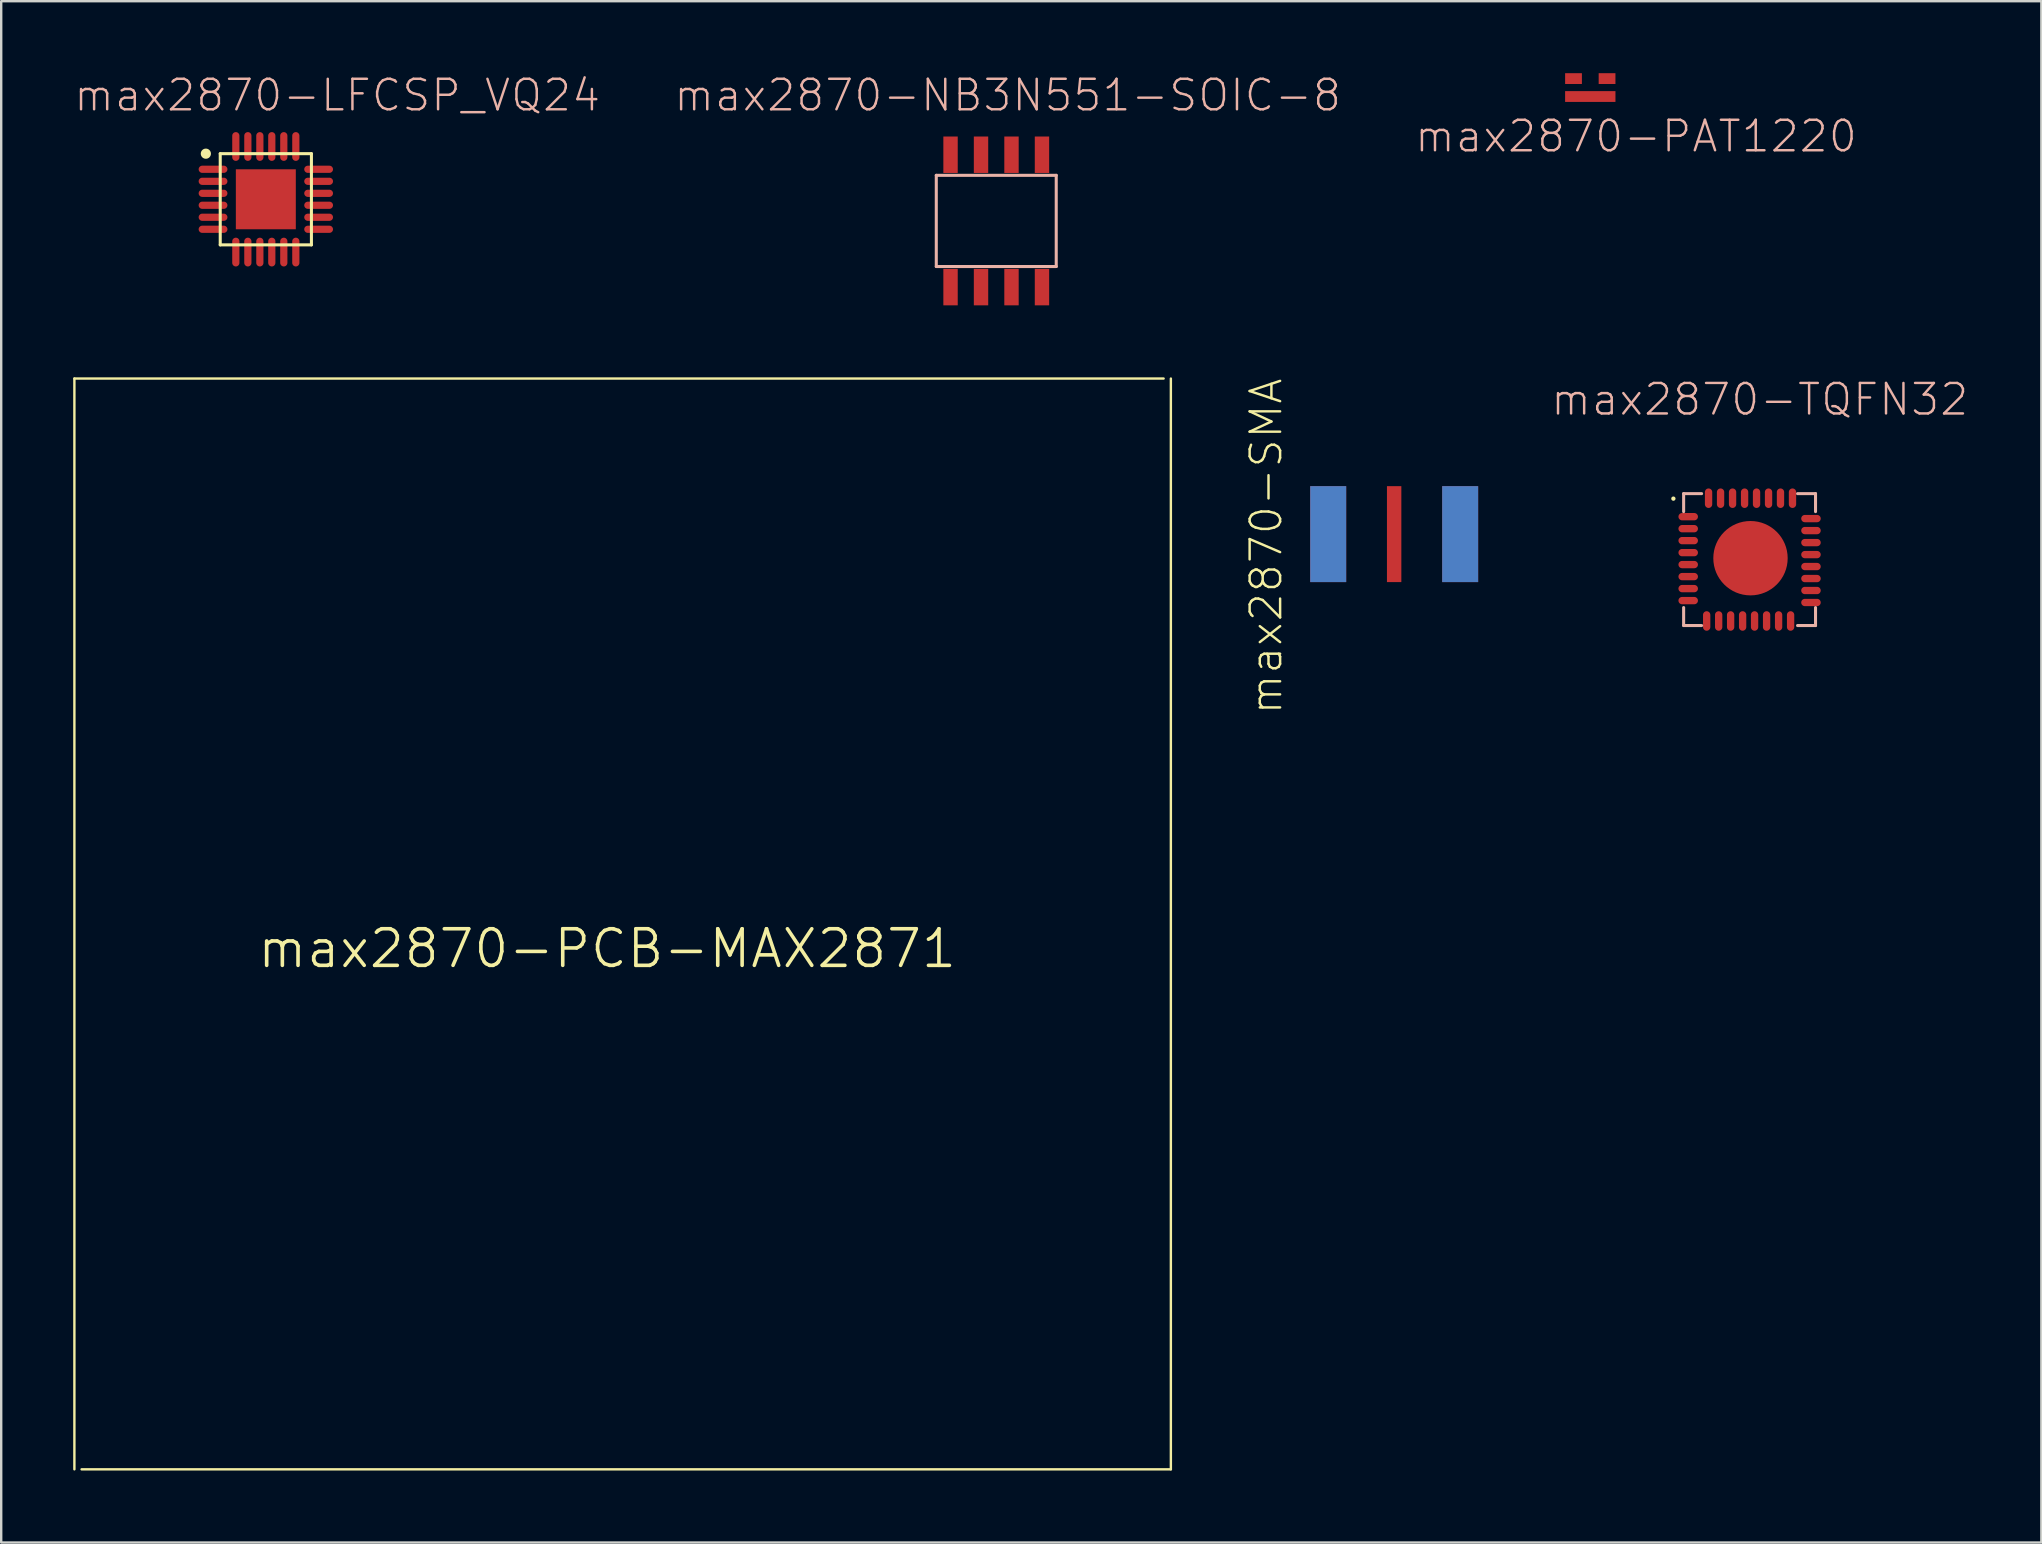
<source format=kicad_pcb>
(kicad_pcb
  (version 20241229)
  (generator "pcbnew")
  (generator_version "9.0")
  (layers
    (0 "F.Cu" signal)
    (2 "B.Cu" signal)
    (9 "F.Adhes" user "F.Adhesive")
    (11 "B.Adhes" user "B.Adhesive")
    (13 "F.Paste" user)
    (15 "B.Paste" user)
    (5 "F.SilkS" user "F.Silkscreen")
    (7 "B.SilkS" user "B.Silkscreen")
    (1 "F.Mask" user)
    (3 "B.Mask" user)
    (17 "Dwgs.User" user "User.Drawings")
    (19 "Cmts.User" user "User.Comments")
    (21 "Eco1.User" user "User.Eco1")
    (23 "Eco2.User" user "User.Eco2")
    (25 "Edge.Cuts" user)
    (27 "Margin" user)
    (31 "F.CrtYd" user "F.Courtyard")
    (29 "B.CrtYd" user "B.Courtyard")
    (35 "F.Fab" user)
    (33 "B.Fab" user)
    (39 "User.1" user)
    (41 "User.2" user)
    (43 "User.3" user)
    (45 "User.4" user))
  (footprint "max2870-LFCSP_VQ24"
    (layer "F.Cu")
    (at 8.027 5.254)
    (property "Reference" "max2870-LFCSP_VQ24" (at 2.974 -4.333 0) (layer "B.SilkS") (effects (font (size 1.27 1.27) (thickness 0.102))))
    (attr smd)
    (fp_line (start -1.9 -1.9) (end 1.9 -1.9) (stroke (width 0.127) (type solid)) (layer "F.SilkS"))
    (fp_line (start -1.9 1.9) (end -1.9 -1.9) (stroke (width 0.127) (type solid)) (layer "F.SilkS"))
    (fp_line (start 1.9 -1.9) (end 1.9 1.9) (stroke (width 0.127) (type solid)) (layer "F.SilkS"))
    (fp_line (start 1.9 1.9) (end -1.9 1.9) (stroke (width 0.127) (type solid)) (layer "F.SilkS"))
    (fp_circle (center -2.499 -1.9) (end -2.649 -2.05) (stroke (width 0) (type solid)) (fill yes) (layer "F.SilkS"))
    (pad "GND" smd rect (at 0 0) (size 2.499 2.499) (layers "F.Cu" "F.Mask" "F.Paste"))
    (pad "P1" smd oval (at -2.2 -1.25 90) (size 0.3 1.199) (layers "F.Cu" "F.Mask" "F.Paste"))
    (pad "P2" smd oval (at -2.2 -0.749 90) (size 0.3 1.199) (layers "F.Cu" "F.Mask" "F.Paste"))
    (pad "P3" smd oval (at -2.2 -0.249 90) (size 0.3 1.199) (layers "F.Cu" "F.Mask" "F.Paste"))
    (pad "P4" smd oval (at -2.2 0.249 90) (size 0.3 1.199) (layers "F.Cu" "F.Mask" "F.Paste"))
    (pad "P5" smd oval (at -2.2 0.749 90) (size 0.3 1.199) (layers "F.Cu" "F.Mask" "F.Paste"))
    (pad "P6" smd oval (at -2.2 1.25 90) (size 0.3 1.199) (layers "F.Cu" "F.Mask" "F.Paste"))
    (pad "P7" smd oval (at -1.25 2.2) (size 0.3 1.199) (layers "F.Cu" "F.Mask" "F.Paste"))
    (pad "P8" smd oval (at -0.749 2.2) (size 0.3 1.199) (layers "F.Cu" "F.Mask" "F.Paste"))
    (pad "P9" smd oval (at -0.249 2.2) (size 0.3 1.199) (layers "F.Cu" "F.Mask" "F.Paste"))
    (pad "P10" smd oval (at 0.249 2.2) (size 0.3 1.199) (layers "F.Cu" "F.Mask" "F.Paste"))
    (pad "P11" smd oval (at 0.749 2.2) (size 0.3 1.199) (layers "F.Cu" "F.Mask" "F.Paste"))
    (pad "P12" smd oval (at 1.25 2.2) (size 0.3 1.199) (layers "F.Cu" "F.Mask" "F.Paste"))
    (pad "P13" smd oval (at 2.2 1.25 90) (size 0.3 1.199) (layers "F.Cu" "F.Mask" "F.Paste"))
    (pad "P14" smd oval (at 2.2 0.749 90) (size 0.3 1.199) (layers "F.Cu" "F.Mask" "F.Paste"))
    (pad "P15" smd oval (at 2.2 0.249 90) (size 0.3 1.199) (layers "F.Cu" "F.Mask" "F.Paste"))
    (pad "P16" smd oval (at 2.2 -0.249 90) (size 0.3 1.199) (layers "F.Cu" "F.Mask" "F.Paste"))
    (pad "P17" smd oval (at 2.2 -0.749 90) (size 0.3 1.199) (layers "F.Cu" "F.Mask" "F.Paste"))
    (pad "P18" smd oval (at 2.2 -1.25 90) (size 0.3 1.199) (layers "F.Cu" "F.Mask" "F.Paste"))
    (pad "P19" smd oval (at 1.25 -2.2) (size 0.3 1.199) (layers "F.Cu" "F.Mask" "F.Paste"))
    (pad "P20" smd oval (at 0.749 -2.2) (size 0.3 1.199) (layers "F.Cu" "F.Mask" "F.Paste"))
    (pad "P21" smd oval (at 0.249 -2.2) (size 0.3 1.199) (layers "F.Cu" "F.Mask" "F.Paste"))
    (pad "P22" smd oval (at -0.249 -2.2) (size 0.3 1.199) (layers "F.Cu" "F.Mask" "F.Paste"))
    (pad "P23" smd oval (at -0.749 -2.2) (size 0.3 1.199) (layers "F.Cu" "F.Mask" "F.Paste"))
    (pad "P24" smd oval (at -1.25 -2.2) (size 0.3 1.199) (layers "F.Cu" "F.Mask" "F.Paste")))
  (footprint "max2870-TQFN32"
    (layer "F.Cu")
    (at 69.855 20.268)
    (property "Reference" "max2870-TQFN32" (at 0.424 -6.673 0) (layer "B.SilkS") (effects (font (size 1.27 1.27) (thickness 0.102))))
    (attr smd)
    (fp_circle (center -3.175 -2.54) (end -3.239 -2.603) (stroke (width 0) (type solid)) (fill yes) (layer "F.SilkS"))
    (fp_line (start -2.748 -2.748) (end -1.999 -2.748) (stroke (width 0.127) (type solid)) (layer "B.SilkS"))
    (fp_line (start -2.748 -1.999) (end -2.748 -2.748) (stroke (width 0.127) (type solid)) (layer "B.SilkS"))
    (fp_line (start -2.748 2.748) (end -2.748 1.999) (stroke (width 0.127) (type solid)) (layer "B.SilkS"))
    (fp_line (start -1.999 2.748) (end -2.748 2.748) (stroke (width 0.127) (type solid)) (layer "B.SilkS"))
    (fp_line (start 1.999 -2.748) (end 2.748 -2.748) (stroke (width 0.127) (type solid)) (layer "B.SilkS"))
    (fp_line (start 2.748 -2.748) (end 2.748 -1.999) (stroke (width 0.127) (type solid)) (layer "B.SilkS"))
    (fp_line (start 2.748 1.999) (end 2.748 2.748) (stroke (width 0.127) (type solid)) (layer "B.SilkS"))
    (fp_line (start 2.748 2.748) (end 1.999 2.748) (stroke (width 0.127) (type solid)) (layer "B.SilkS"))
    (pad "1" smd oval (at -2.558 -1.788) (size 0.813 0.305) (layers "F.Cu" "F.Mask" "F.Paste"))
    (pad "2" smd oval (at -2.558 -1.288) (size 0.813 0.305) (layers "F.Cu" "F.Mask" "F.Paste"))
    (pad "3" smd oval (at -2.558 -0.79) (size 0.813 0.305) (layers "F.Cu" "F.Mask" "F.Paste"))
    (pad "4" smd oval (at -2.558 -0.29) (size 0.813 0.305) (layers "F.Cu" "F.Mask" "F.Paste"))
    (pad "5" smd oval (at -2.558 0.208) (size 0.813 0.305) (layers "F.Cu" "F.Mask" "F.Paste"))
    (pad "6" smd oval (at -2.558 0.709) (size 0.813 0.305) (layers "F.Cu" "F.Mask" "F.Paste"))
    (pad "7" smd oval (at -2.558 1.209) (size 0.813 0.305) (layers "F.Cu" "F.Mask" "F.Paste"))
    (pad "8" smd oval (at -2.558 1.709) (size 0.813 0.305) (layers "F.Cu" "F.Mask" "F.Paste"))
    (pad "9" smd oval (at -1.788 2.558 90) (size 0.813 0.305) (layers "F.Cu" "F.Mask" "F.Paste"))
    (pad "10" smd oval (at -1.288 2.558 90) (size 0.813 0.305) (layers "F.Cu" "F.Mask" "F.Paste"))
    (pad "11" smd oval (at -0.79 2.558 90) (size 0.813 0.305) (layers "F.Cu" "F.Mask" "F.Paste"))
    (pad "12" smd oval (at -0.29 2.558 90) (size 0.813 0.305) (layers "F.Cu" "F.Mask" "F.Paste"))
    (pad "13" smd oval (at 0.208 2.558 90) (size 0.813 0.305) (layers "F.Cu" "F.Mask" "F.Paste"))
    (pad "14" smd oval (at 0.709 2.558 90) (size 0.813 0.305) (layers "F.Cu" "F.Mask" "F.Paste"))
    (pad "15" smd oval (at 1.209 2.558 90) (size 0.813 0.305) (layers "F.Cu" "F.Mask" "F.Paste"))
    (pad "16" smd oval (at 1.709 2.558 90) (size 0.813 0.305) (layers "F.Cu" "F.Mask" "F.Paste"))
    (pad "17" smd oval (at 2.558 1.788 180) (size 0.813 0.305) (layers "F.Cu" "F.Mask" "F.Paste"))
    (pad "18" smd oval (at 2.558 1.288 180) (size 0.813 0.305) (layers "F.Cu" "F.Mask" "F.Paste"))
    (pad "19" smd oval (at 2.558 0.79 180) (size 0.813 0.305) (layers "F.Cu" "F.Mask" "F.Paste"))
    (pad "20" smd oval (at 2.558 0.29 180) (size 0.813 0.305) (layers "F.Cu" "F.Mask" "F.Paste"))
    (pad "21" smd oval (at 2.558 -0.208 180) (size 0.813 0.305) (layers "F.Cu" "F.Mask" "F.Paste"))
    (pad "22" smd oval (at 2.558 -0.709 180) (size 0.813 0.305) (layers "F.Cu" "F.Mask" "F.Paste"))
    (pad "23" smd oval (at 2.558 -1.209 180) (size 0.813 0.305) (layers "F.Cu" "F.Mask" "F.Paste"))
    (pad "24" smd oval (at 2.558 -1.709 180) (size 0.813 0.305) (layers "F.Cu" "F.Mask" "F.Paste"))
    (pad "25" smd oval (at 1.788 -2.558 270) (size 0.813 0.305) (layers "F.Cu" "F.Mask" "F.Paste"))
    (pad "26" smd oval (at 1.288 -2.558 270) (size 0.813 0.305) (layers "F.Cu" "F.Mask" "F.Paste"))
    (pad "27" smd oval (at 0.79 -2.558 270) (size 0.813 0.305) (layers "F.Cu" "F.Mask" "F.Paste"))
    (pad "28" smd oval (at 0.29 -2.558 270) (size 0.813 0.305) (layers "F.Cu" "F.Mask" "F.Paste"))
    (pad "29" smd oval (at -0.208 -2.558 270) (size 0.813 0.305) (layers "F.Cu" "F.Mask" "F.Paste"))
    (pad "30" smd oval (at -0.709 -2.558 270) (size 0.813 0.305) (layers "F.Cu" "F.Mask" "F.Paste"))
    (pad "31" smd oval (at -1.209 -2.558 270) (size 0.813 0.305) (layers "F.Cu" "F.Mask" "F.Paste"))
    (pad "32" smd oval (at -1.709 -2.558 270) (size 0.813 0.305) (layers "F.Cu" "F.Mask" "F.Paste"))
    (pad "HEAT" smd oval (at 0.038 -0.058 270) (size 3.099 3.099) (layers "F.Cu" "F.Mask" "F.Paste")))
  (footprint "max2870-PAT1220"
    (layer "F.Cu")
    (at 63.217 0.723)
    (property "Reference" "max2870-PAT1220" (at 1.905 1.905 0) (layer "B.SilkS") (effects (font (size 1.27 1.27) (thickness 0.102))))
    (attr smd)
    (pad "1" smd rect (at -0.699 -0.498) (size 0.699 0.45) (layers "F.Cu" "F.Mask" "F.Paste"))
    (pad "2" smd rect (at 0.699 -0.498) (size 0.699 0.45) (layers "F.Cu" "F.Mask" "F.Paste"))
    (pad "3" smd rect (at 0 0.249) (size 2.098 0.45) (layers "F.Cu" "F.Mask" "F.Paste")))
  (footprint "max2870-PCB-MAX2871"
    (layer "F.Cu")
    (at 22.25 36.478)
    (property "Reference" "max2870-PCB-MAX2871" (at 0 0 0) (layer "F.SilkS") (effects (font (size 1.524 1.524) (thickness 0.15))))
    (attr exclude_from_pos_files exclude_from_bom)
    (fp_line (start -22.2 -23.754) (end -22.2 21.699) (stroke (width 0.1) (type solid)) (layer "F.SilkS"))
    (fp_line (start -21.9 21.699) (end 23.49 21.699) (stroke (width 0.1) (type solid)) (layer "F.SilkS"))
    (fp_line (start 23.188 -23.754) (end -22.2 -23.754) (stroke (width 0.1) (type solid)) (layer "F.SilkS"))
    (fp_line (start 23.49 21.699) (end 23.49 -23.754) (stroke (width 0.1) (type solid)) (layer "F.SilkS")))
  (footprint "max2870-NB3N551-SOIC-8"
    (layer "F.Cu")
    (at 38.464 6.156)
    (property "Reference" "max2870-NB3N551-SOIC-8" (at 0.475 -5.235 0) (layer "B.SilkS") (effects (font (size 1.27 1.27) (thickness 0.102))))
    (attr smd)
    (fp_line (start -2.499 -1.9) (end -2.499 1.9) (stroke (width 0.127) (type solid)) (layer "B.SilkS"))
    (fp_line (start -2.499 1.9) (end 2.499 1.9) (stroke (width 0.127) (type solid)) (layer "B.SilkS"))
    (fp_line (start 2.499 -1.9) (end -2.499 -1.9) (stroke (width 0.127) (type solid)) (layer "B.SilkS"))
    (fp_line (start 2.499 1.9) (end 2.499 -1.9) (stroke (width 0.127) (type solid)) (layer "B.SilkS"))
    (pad "EN" smd rect (at -1.905 -2.758 90) (size 1.519 0.599) (layers "F.Cu" "F.Mask" "F.Paste"))
    (pad "GND" smd rect (at 0.635 -2.758 90) (size 1.519 0.599) (layers "F.Cu" "F.Mask" "F.Paste"))
    (pad "IN" smd rect (at -1.905 2.758 90) (size 1.519 0.599) (layers "F.Cu" "F.Mask" "F.Paste"))
    (pad "OUT1" smd rect (at -0.635 2.758 90) (size 1.519 0.599) (layers "F.Cu" "F.Mask" "F.Paste"))
    (pad "OUT2" smd rect (at 0.635 2.758 90) (size 1.519 0.599) (layers "F.Cu" "F.Mask" "F.Paste"))
    (pad "OUT3" smd rect (at 1.905 2.758 90) (size 1.519 0.599) (layers "F.Cu" "F.Mask" "F.Paste"))
    (pad "OUT4" smd rect (at 1.905 -2.758 90) (size 1.519 0.599) (layers "F.Cu" "F.Mask" "F.Paste"))
    (pad "VDD" smd rect (at -0.635 -2.758 90) (size 1.519 0.599) (layers "F.Cu" "F.Mask" "F.Paste")))
  (footprint "max2870-SMA"
    (layer "F.Cu")
    (at 52.296 19.207)
    (property "Reference" "max2870-SMA" (at -2.586 0.508 90) (layer "F.SilkS") (effects (font (size 1.27 1.27) (thickness 0.102))))
    (attr smd)
    (pad "GND@" smd rect (at 0 0 90) (size 3.998 1.499) (layers "F.Cu" "F.Mask" "F.Paste"))
    (pad "GND@" smd rect (at 0 0 90) (size 3.998 1.499) (layers "B.Cu" "B.Mask"))
    (pad "GND@" smd rect (at 5.499 0 90) (size 3.998 1.499) (layers "F.Cu" "F.Mask" "F.Paste"))
    (pad "GND@" smd rect (at 5.499 0 90) (size 3.998 1.499) (layers "B.Cu" "B.Mask"))
    (pad "SIGN" smd rect (at 2.748 0 90) (size 3.998 0.6) (layers "F.Cu" "F.Mask" "F.Paste")))
  (gr_rect
    (start -3 -3)
    (end 82.013 61.227)
    (stroke (width 0.1) (type default))
    (fill no)
    (layer "Edge.Cuts")))
</source>
